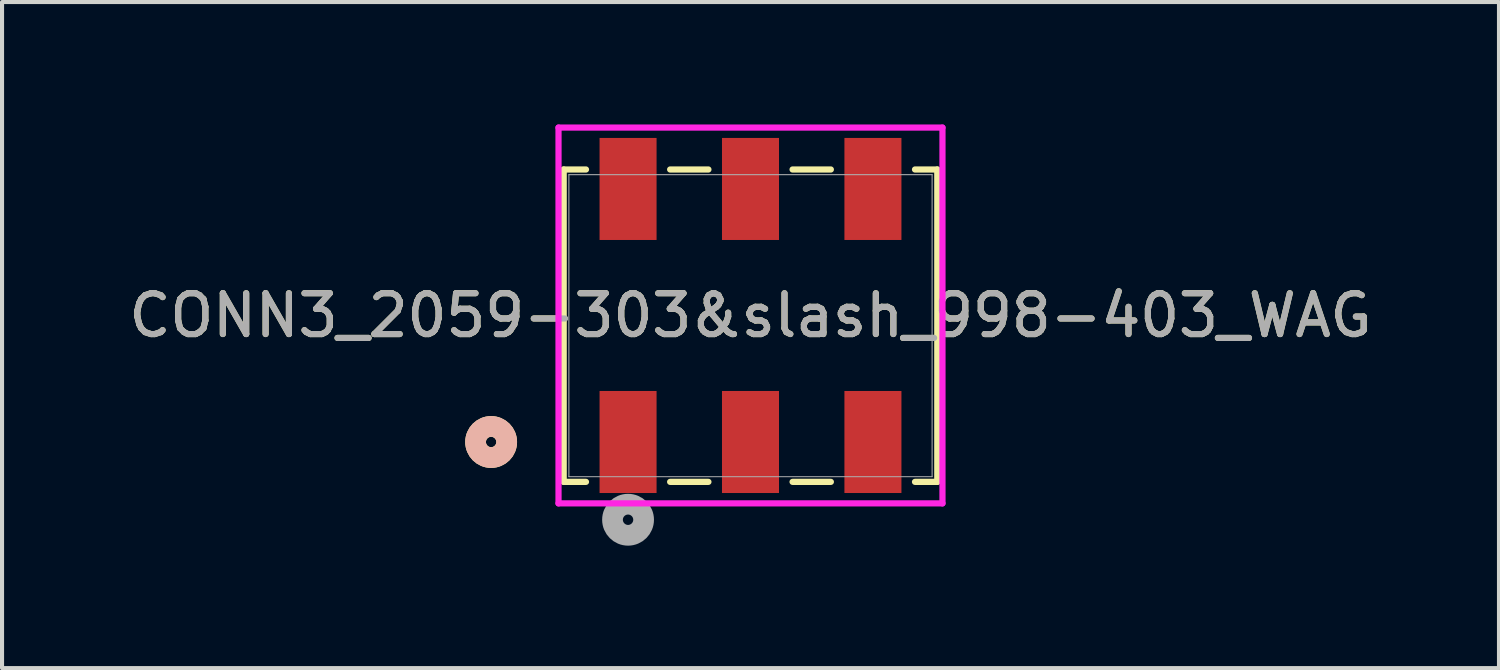
<source format=kicad_pcb>
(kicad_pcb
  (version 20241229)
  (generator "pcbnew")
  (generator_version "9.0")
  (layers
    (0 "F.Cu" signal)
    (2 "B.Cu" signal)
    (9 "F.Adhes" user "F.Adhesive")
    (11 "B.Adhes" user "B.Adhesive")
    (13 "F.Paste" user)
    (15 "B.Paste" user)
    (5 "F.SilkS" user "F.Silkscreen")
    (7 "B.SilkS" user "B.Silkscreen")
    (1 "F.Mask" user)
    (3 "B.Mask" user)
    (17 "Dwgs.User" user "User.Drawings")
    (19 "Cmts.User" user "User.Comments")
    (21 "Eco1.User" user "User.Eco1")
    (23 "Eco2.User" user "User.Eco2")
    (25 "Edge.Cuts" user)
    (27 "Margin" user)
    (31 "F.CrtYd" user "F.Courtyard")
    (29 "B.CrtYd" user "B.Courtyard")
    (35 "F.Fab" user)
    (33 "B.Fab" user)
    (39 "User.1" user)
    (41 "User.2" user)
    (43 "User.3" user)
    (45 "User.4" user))
  (footprint "CONN3_2059-303&slash_998-403_WAG"
    (layer "F.Cu")
    (at 15.339 4.93)
    (property "Reference" "CONN3_2059-303&slash_998-403_WAG" (at 0 -0.25 0) (unlocked yes) (layer "F.SilkS") (effects (font (size 1 1) (thickness 0.15))))
    (attr smd)
    (fp_line (start -4.577 -3.827) (end -4.577 3.827) (stroke (width 0.152) (type solid)) (layer "F.SilkS"))
    (fp_line (start -4.577 3.827) (end -4.031 3.827) (stroke (width 0.152) (type solid)) (layer "F.SilkS"))
    (fp_line (start -4.031 -3.827) (end -4.577 -3.827) (stroke (width 0.152) (type solid)) (layer "F.SilkS"))
    (fp_line (start -1.969 3.827) (end -1.031 3.827) (stroke (width 0.152) (type solid)) (layer "F.SilkS"))
    (fp_line (start -1.031 -3.827) (end -1.969 -3.827) (stroke (width 0.152) (type solid)) (layer "F.SilkS"))
    (fp_line (start 1.031 3.827) (end 1.969 3.827) (stroke (width 0.152) (type solid)) (layer "F.SilkS"))
    (fp_line (start 1.969 -3.827) (end 1.031 -3.827) (stroke (width 0.152) (type solid)) (layer "F.SilkS"))
    (fp_line (start 4.031 3.827) (end 4.577 3.827) (stroke (width 0.152) (type solid)) (layer "F.SilkS"))
    (fp_line (start 4.577 -3.827) (end 4.031 -3.827) (stroke (width 0.152) (type solid)) (layer "F.SilkS"))
    (fp_line (start 4.577 3.827) (end 4.577 -3.827) (stroke (width 0.152) (type solid)) (layer "F.SilkS"))
    (fp_circle (center -6.355 2.85) (end -5.974 2.85) (stroke (width 0.508) (type solid)) (fill no) (layer "F.SilkS"))
    (fp_circle (center -6.355 2.85) (end -5.974 2.85) (stroke (width 0.508) (type solid)) (fill no) (layer "B.SilkS"))
    (fp_line (start -4.704 -4.854) (end -4.704 4.354) (stroke (width 0.152) (type solid)) (layer "F.CrtYd"))
    (fp_line (start -4.704 4.354) (end 4.704 4.354) (stroke (width 0.152) (type solid)) (layer "F.CrtYd"))
    (fp_line (start 4.704 -4.854) (end -4.704 -4.854) (stroke (width 0.152) (type solid)) (layer "F.CrtYd"))
    (fp_line (start 4.704 4.354) (end 4.704 -4.854) (stroke (width 0.152) (type solid)) (layer "F.CrtYd"))
    (fp_line (start -4.45 -3.7) (end -4.45 3.7) (stroke (width 0.025) (type solid)) (layer "F.Fab"))
    (fp_line (start -4.45 3.7) (end 4.45 3.7) (stroke (width 0.025) (type solid)) (layer "F.Fab"))
    (fp_line (start 4.45 -3.7) (end -4.45 -3.7) (stroke (width 0.025) (type solid)) (layer "F.Fab"))
    (fp_line (start 4.45 3.7) (end 4.45 -3.7) (stroke (width 0.025) (type solid)) (layer "F.Fab"))
    (fp_circle (center -3 4.755) (end -2.619 4.755) (stroke (width 0.508) (type solid)) (fill no) (layer "F.Fab"))
    (fp_text user "${REFERENCE}" (at 0 -0.25 0) (unlocked yes) (layer "F.Fab") (effects (font (size 1 1) (thickness 0.15))))
    (pad "1" smd rect (at -3 2.85) (size 1.397 2.5) (layers "F.Cu" "F.Mask" "F.Paste"))
    (pad "2" smd rect (at -3 -3.35) (size 1.397 2.5) (layers "F.Cu" "F.Mask" "F.Paste"))
    (pad "3" smd rect (at 0 2.85) (size 1.397 2.5) (layers "F.Cu" "F.Mask" "F.Paste"))
    (pad "4" smd rect (at 0 -3.35) (size 1.397 2.5) (layers "F.Cu" "F.Mask" "F.Paste"))
    (pad "5" smd rect (at 3 2.85) (size 1.397 2.5) (layers "F.Cu" "F.Mask" "F.Paste"))
    (pad "6" smd rect (at 3 -3.35) (size 1.397 2.5) (layers "F.Cu" "F.Mask" "F.Paste")))
  (gr_rect
    (start -3 -3)
    (end 33.679 13.32)
    (stroke (width 0.1) (type default))
    (fill no)
    (layer "Edge.Cuts")))
</source>
